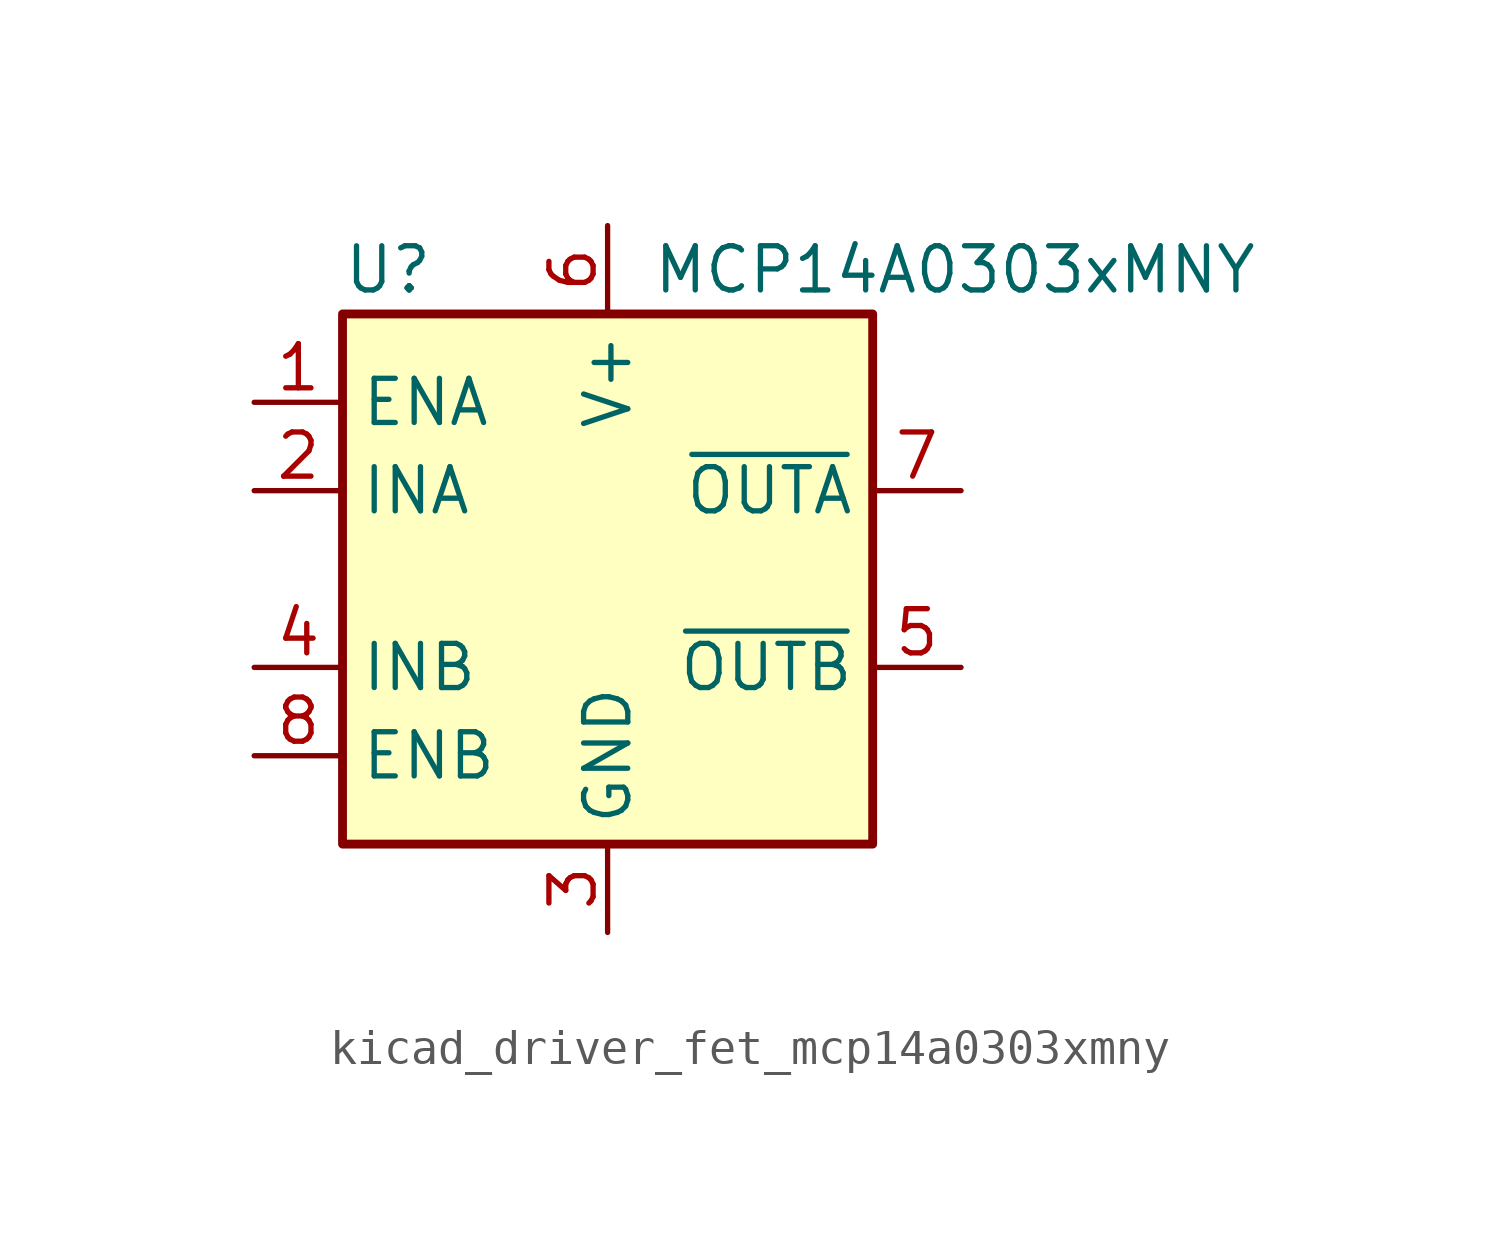
<source format=kicad_sym>
(kicad_symbol_lib
  (version 20220914)
  (generator kicad_symbol_editor)
  (symbol "kicad_driver_fet_mcp14a0303xmny"
    (property "Reference" "U"
      (at -7.62 8.89 0)
      (effects (font (size 1.27 1.27)) (justify left)))
    (property "Value" "MCP14A0303xMNY"
      (at 1.27 8.89 0)
      (effects (font (size 1.27 1.27)) (justify left)))
    (symbol "kicad_driver_fet_mcp14a0303xmny_0_1"
      (rectangle (start -7.62 -7.62) (end 7.62 7.62) (stroke (width 0.254) (type default)) (fill (type background))))
    (symbol "kicad_driver_fet_mcp14a0303xmny_1_1"
      (pin input line (at -10.16 5.08 0) (length 2.54) (name "ENA" (effects (font (size 1.27 1.27)))) (number "1" (effects (font (size 1.27 1.27)))))
      (pin input line (at -10.16 2.54 0) (length 2.54) (name "INA" (effects (font (size 1.27 1.27)))) (number "2" (effects (font (size 1.27 1.27)))))
      (pin power_in line (at 0 -10.16 90) (length 2.54) (name "GND" (effects (font (size 1.27 1.27)))) (number "3" (effects (font (size 1.27 1.27)))))
      (pin input line (at -10.16 -2.54 0) (length 2.54) (name "INB" (effects (font (size 1.27 1.27)))) (number "4" (effects (font (size 1.27 1.27)))))
      (pin output line (at 10.16 -2.54 180) (length 2.54) (name "~{OUTB}" (effects (font (size 1.27 1.27)))) (number "5" (effects (font (size 1.27 1.27)))))
      (pin power_in line (at 0 10.16 270) (length 2.54) (name "V+" (effects (font (size 1.27 1.27)))) (number "6" (effects (font (size 1.27 1.27)))))
      (pin output line (at 10.16 2.54 180) (length 2.54) (name "~{OUTA}" (effects (font (size 1.27 1.27)))) (number "7" (effects (font (size 1.27 1.27)))))
      (pin input line (at -10.16 -5.08 0) (length 2.54) (name "ENB" (effects (font (size 1.27 1.27)))) (number "8" (effects (font (size 1.27 1.27)))))
      (pin passive line (at 0 -10.16 90) (length 2.54) hide (name "GND" (effects (font (size 1.27 1.27)))) (number "9" (effects (font (size 1.27 1.27))))))))
</source>
